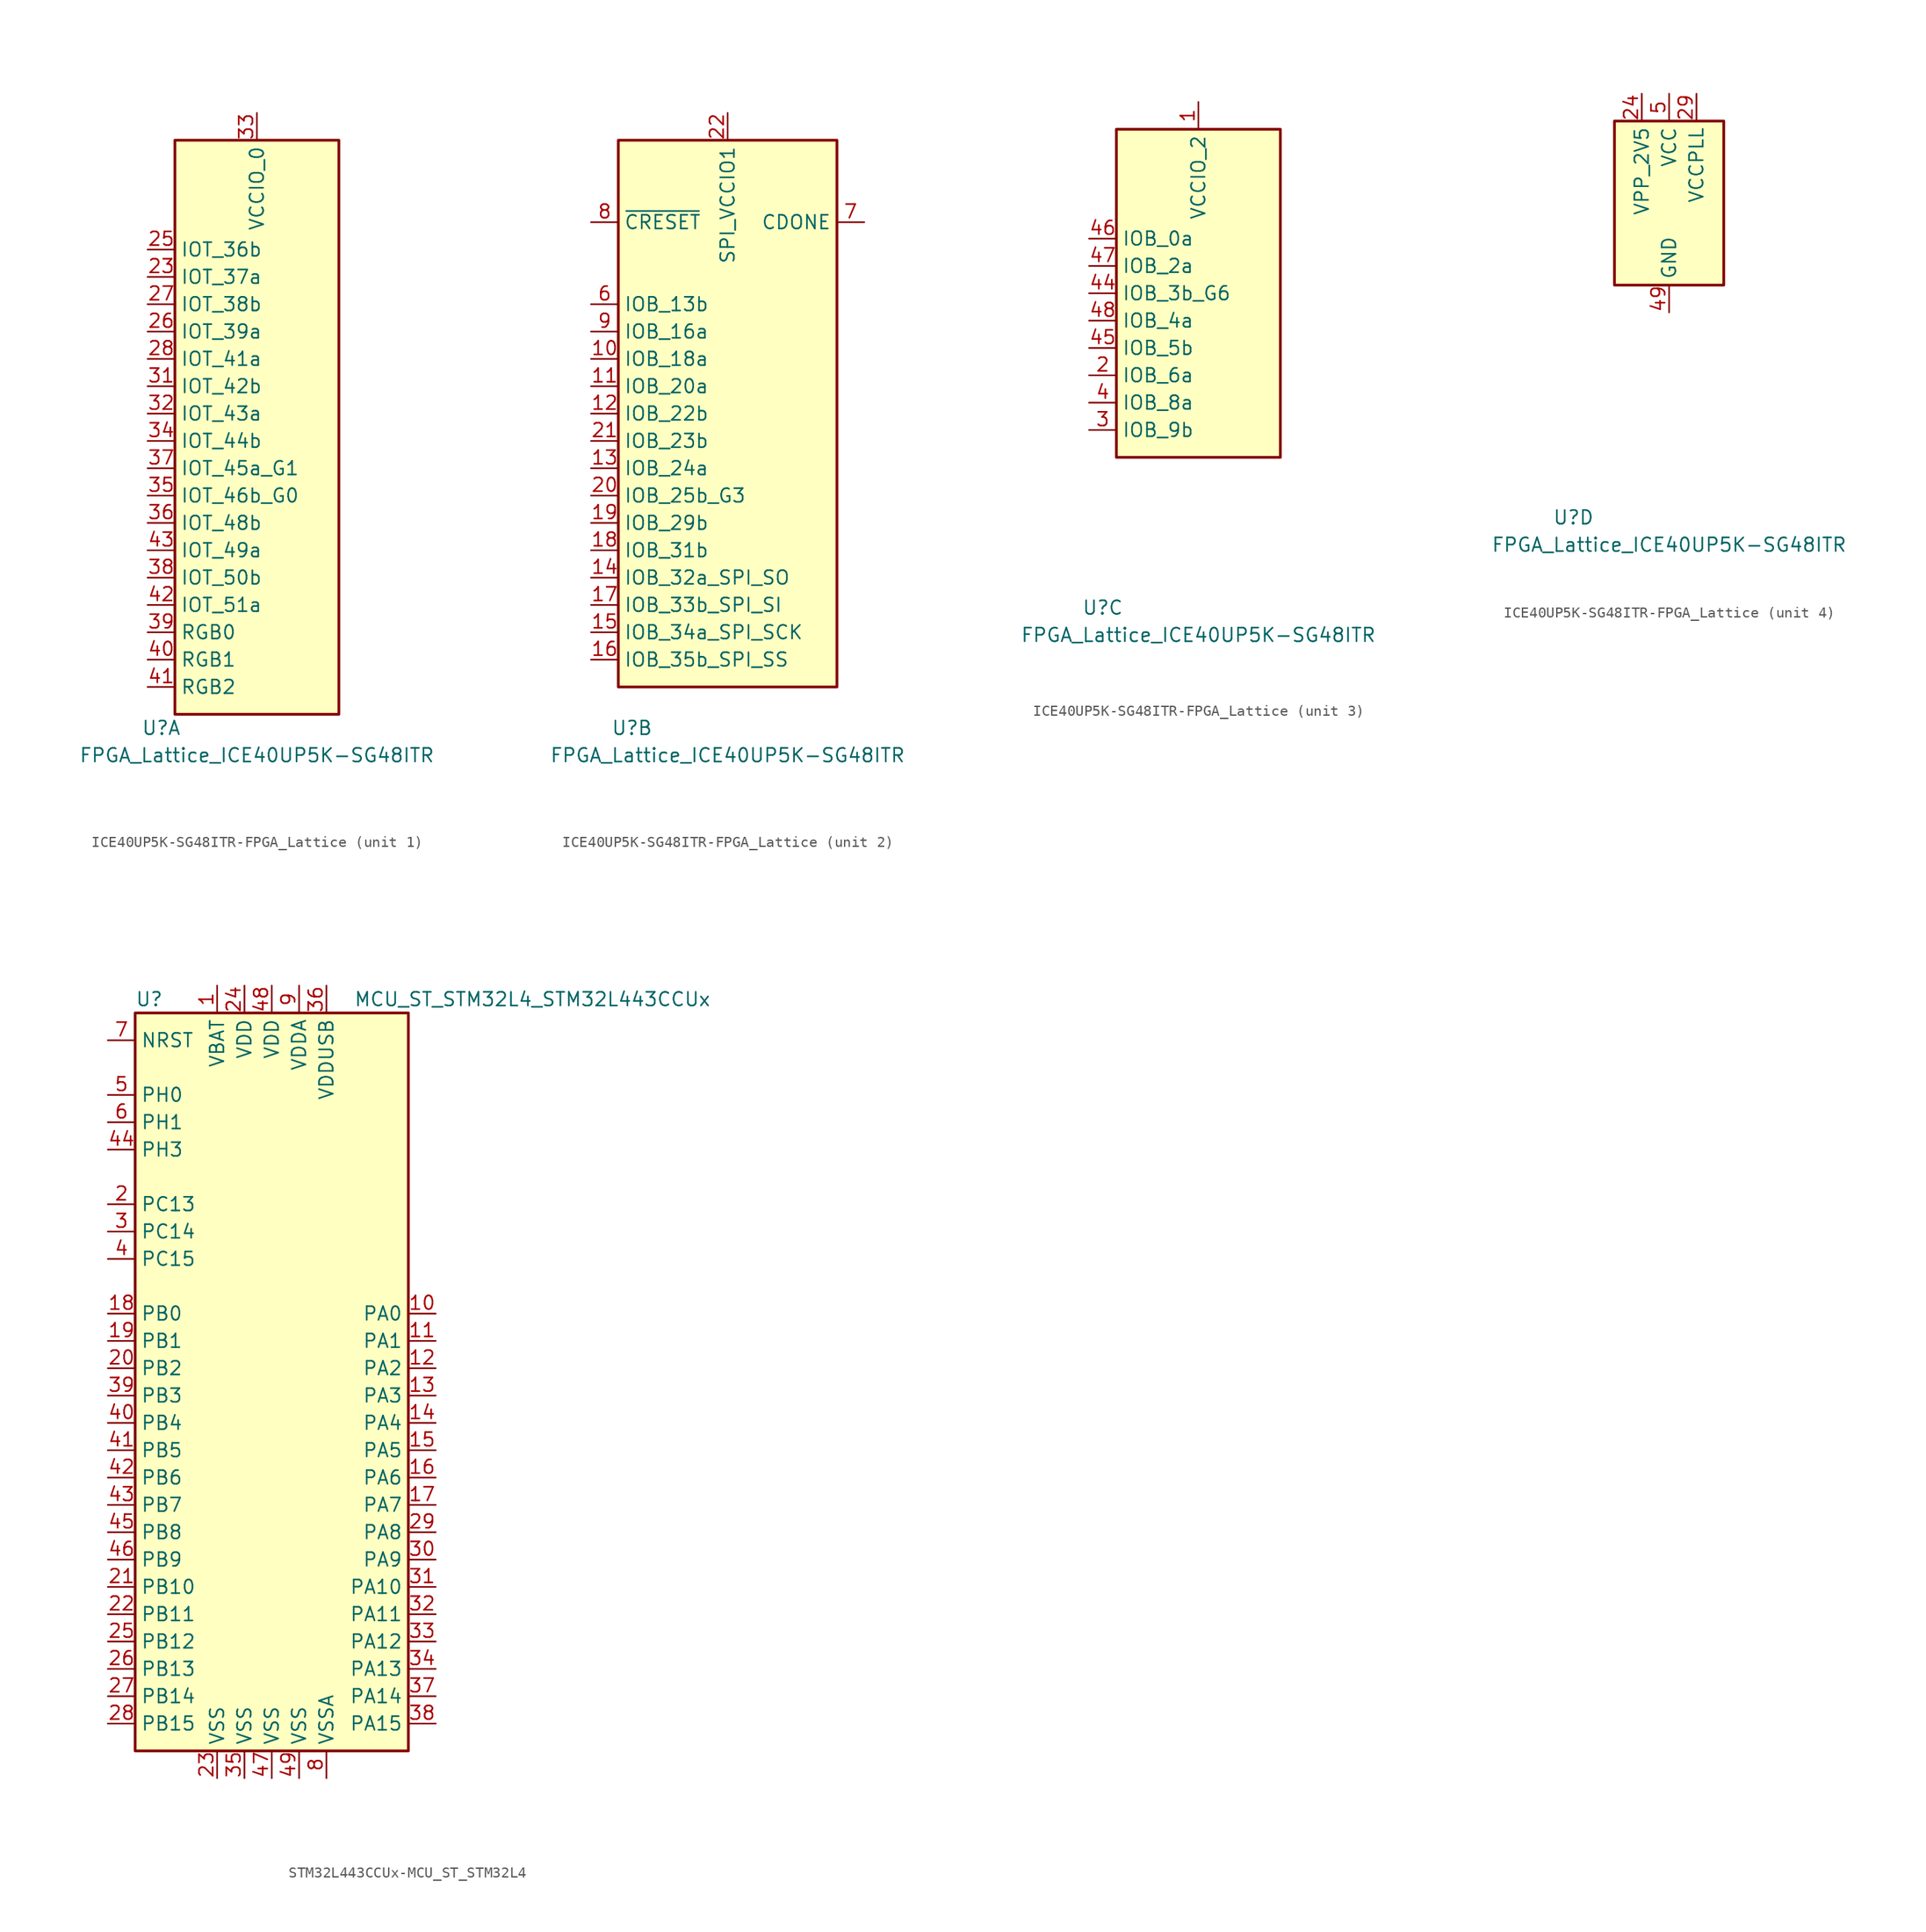
<source format=kicad_sym>
(kicad_symbol_lib
  (version 20220914)
  (generator kicad_symbol_editor)
  (symbol "ICE40UP5K-SG48ITR-FPGA_Lattice"
    (property "Reference" "U"
      (at -8.89 -29.21 0)
      (effects (font (size 1.27 1.27))))
    (property "Value" "FPGA_Lattice_ICE40UP5K-SG48ITR"
      (at 0 -31.75 0)
      (effects (font (size 1.27 1.27))))
    (property "ki_locked" ""
      (at 0 0 0)
      (effects (font (size 1.27 1.27))))
    (symbol "ICE40UP5K-SG48ITR-FPGA_Lattice_1_1"
      (rectangle (start -7.62 25.4) (end 7.62 -27.94) (stroke (width 0.254) (type solid)) (fill (type background)))
      (pin bidirectional line (at -10.16 12.7 0) (length 2.54) (name "IOT_37a" (effects (font (size 1.27 1.27)))) (number "23" (effects (font (size 1.27 1.27)))))
      (pin bidirectional line (at -10.16 15.24 0) (length 2.54) (name "IOT_36b" (effects (font (size 1.27 1.27)))) (number "25" (effects (font (size 1.27 1.27)))))
      (pin bidirectional line (at -10.16 7.62 0) (length 2.54) (name "IOT_39a" (effects (font (size 1.27 1.27)))) (number "26" (effects (font (size 1.27 1.27)))))
      (pin bidirectional line (at -10.16 10.16 0) (length 2.54) (name "IOT_38b" (effects (font (size 1.27 1.27)))) (number "27" (effects (font (size 1.27 1.27)))))
      (pin bidirectional line (at -10.16 5.08 0) (length 2.54) (name "IOT_41a" (effects (font (size 1.27 1.27)))) (number "28" (effects (font (size 1.27 1.27)))))
      (pin bidirectional line (at -10.16 2.54 0) (length 2.54) (name "IOT_42b" (effects (font (size 1.27 1.27)))) (number "31" (effects (font (size 1.27 1.27)))))
      (pin bidirectional line (at -10.16 0 0) (length 2.54) (name "IOT_43a" (effects (font (size 1.27 1.27)))) (number "32" (effects (font (size 1.27 1.27)))))
      (pin power_in line (at 0 27.94 270) (length 2.54) (name "VCCIO_0" (effects (font (size 1.27 1.27)))) (number "33" (effects (font (size 1.27 1.27)))))
      (pin bidirectional line (at -10.16 -2.54 0) (length 2.54) (name "IOT_44b" (effects (font (size 1.27 1.27)))) (number "34" (effects (font (size 1.27 1.27)))))
      (pin bidirectional line (at -10.16 -7.62 0) (length 2.54) (name "IOT_46b_G0" (effects (font (size 1.27 1.27)))) (number "35" (effects (font (size 1.27 1.27)))))
      (pin bidirectional line (at -10.16 -10.16 0) (length 2.54) (name "IOT_48b" (effects (font (size 1.27 1.27)))) (number "36" (effects (font (size 1.27 1.27)))))
      (pin bidirectional line (at -10.16 -5.08 0) (length 2.54) (name "IOT_45a_G1" (effects (font (size 1.27 1.27)))) (number "37" (effects (font (size 1.27 1.27)))))
      (pin bidirectional line (at -10.16 -15.24 0) (length 2.54) (name "IOT_50b" (effects (font (size 1.27 1.27)))) (number "38" (effects (font (size 1.27 1.27)))))
      (pin open_collector line (at -10.16 -20.32 0) (length 2.54) (name "RGB0" (effects (font (size 1.27 1.27)))) (number "39" (effects (font (size 1.27 1.27)))))
      (pin open_collector line (at -10.16 -22.86 0) (length 2.54) (name "RGB1" (effects (font (size 1.27 1.27)))) (number "40" (effects (font (size 1.27 1.27)))))
      (pin open_collector line (at -10.16 -25.4 0) (length 2.54) (name "RGB2" (effects (font (size 1.27 1.27)))) (number "41" (effects (font (size 1.27 1.27)))))
      (pin bidirectional line (at -10.16 -17.78 0) (length 2.54) (name "IOT_51a" (effects (font (size 1.27 1.27)))) (number "42" (effects (font (size 1.27 1.27)))))
      (pin bidirectional line (at -10.16 -12.7 0) (length 2.54) (name "IOT_49a" (effects (font (size 1.27 1.27)))) (number "43" (effects (font (size 1.27 1.27))))))
    (symbol "ICE40UP5K-SG48ITR-FPGA_Lattice_2_1"
      (rectangle (start -10.16 25.4) (end 10.16 -25.4) (stroke (width 0.254) (type solid)) (fill (type background)))
      (pin bidirectional line (at -12.7 5.08 0) (length 2.54) (name "IOB_18a" (effects (font (size 1.27 1.27)))) (number "10" (effects (font (size 1.27 1.27)))))
      (pin bidirectional line (at -12.7 2.54 0) (length 2.54) (name "IOB_20a" (effects (font (size 1.27 1.27)))) (number "11" (effects (font (size 1.27 1.27)))))
      (pin bidirectional line (at -12.7 0 0) (length 2.54) (name "IOB_22b" (effects (font (size 1.27 1.27)))) (number "12" (effects (font (size 1.27 1.27)))))
      (pin bidirectional line (at -12.7 -5.08 0) (length 2.54) (name "IOB_24a" (effects (font (size 1.27 1.27)))) (number "13" (effects (font (size 1.27 1.27)))))
      (pin bidirectional line (at -12.7 -15.24 0) (length 2.54) (name "IOB_32a_SPI_SO" (effects (font (size 1.27 1.27)))) (number "14" (effects (font (size 1.27 1.27)))))
      (pin bidirectional line (at -12.7 -20.32 0) (length 2.54) (name "IOB_34a_SPI_SCK" (effects (font (size 1.27 1.27)))) (number "15" (effects (font (size 1.27 1.27)))))
      (pin bidirectional line (at -12.7 -22.86 0) (length 2.54) (name "IOB_35b_SPI_SS" (effects (font (size 1.27 1.27)))) (number "16" (effects (font (size 1.27 1.27)))))
      (pin bidirectional line (at -12.7 -17.78 0) (length 2.54) (name "IOB_33b_SPI_SI" (effects (font (size 1.27 1.27)))) (number "17" (effects (font (size 1.27 1.27)))))
      (pin bidirectional line (at -12.7 -12.7 0) (length 2.54) (name "IOB_31b" (effects (font (size 1.27 1.27)))) (number "18" (effects (font (size 1.27 1.27)))))
      (pin bidirectional line (at -12.7 -10.16 0) (length 2.54) (name "IOB_29b" (effects (font (size 1.27 1.27)))) (number "19" (effects (font (size 1.27 1.27)))))
      (pin bidirectional line (at -12.7 -7.62 0) (length 2.54) (name "IOB_25b_G3" (effects (font (size 1.27 1.27)))) (number "20" (effects (font (size 1.27 1.27)))))
      (pin bidirectional line (at -12.7 -2.54 0) (length 2.54) (name "IOB_23b" (effects (font (size 1.27 1.27)))) (number "21" (effects (font (size 1.27 1.27)))))
      (pin power_in line (at 0 27.94 270) (length 2.54) (name "SPI_VCCIO1" (effects (font (size 1.27 1.27)))) (number "22" (effects (font (size 1.27 1.27)))))
      (pin bidirectional line (at -12.7 10.16 0) (length 2.54) (name "IOB_13b" (effects (font (size 1.27 1.27)))) (number "6" (effects (font (size 1.27 1.27)))))
      (pin open_collector line (at 12.7 17.78 180) (length 2.54) (name "CDONE" (effects (font (size 1.27 1.27)))) (number "7" (effects (font (size 1.27 1.27)))))
      (pin input line (at -12.7 17.78 0) (length 2.54) (name "~{CRESET}" (effects (font (size 1.27 1.27)))) (number "8" (effects (font (size 1.27 1.27)))))
      (pin bidirectional line (at -12.7 7.62 0) (length 2.54) (name "IOB_16a" (effects (font (size 1.27 1.27)))) (number "9" (effects (font (size 1.27 1.27))))))
    (symbol "ICE40UP5K-SG48ITR-FPGA_Lattice_3_1"
      (rectangle (start -7.62 15.24) (end 7.62 -15.24) (stroke (width 0.254) (type solid)) (fill (type background)))
      (pin power_in line (at 0 17.78 270) (length 2.54) (name "VCCIO_2" (effects (font (size 1.27 1.27)))) (number "1" (effects (font (size 1.27 1.27)))))
      (pin bidirectional line (at -10.16 -7.62 0) (length 2.54) (name "IOB_6a" (effects (font (size 1.27 1.27)))) (number "2" (effects (font (size 1.27 1.27)))))
      (pin bidirectional line (at -10.16 -12.7 0) (length 2.54) (name "IOB_9b" (effects (font (size 1.27 1.27)))) (number "3" (effects (font (size 1.27 1.27)))))
      (pin bidirectional line (at -10.16 -10.16 0) (length 2.54) (name "IOB_8a" (effects (font (size 1.27 1.27)))) (number "4" (effects (font (size 1.27 1.27)))))
      (pin bidirectional line (at -10.16 0 0) (length 2.54) (name "IOB_3b_G6" (effects (font (size 1.27 1.27)))) (number "44" (effects (font (size 1.27 1.27)))))
      (pin bidirectional line (at -10.16 -5.08 0) (length 2.54) (name "IOB_5b" (effects (font (size 1.27 1.27)))) (number "45" (effects (font (size 1.27 1.27)))))
      (pin bidirectional line (at -10.16 5.08 0) (length 2.54) (name "IOB_0a" (effects (font (size 1.27 1.27)))) (number "46" (effects (font (size 1.27 1.27)))))
      (pin bidirectional line (at -10.16 2.54 0) (length 2.54) (name "IOB_2a" (effects (font (size 1.27 1.27)))) (number "47" (effects (font (size 1.27 1.27)))))
      (pin bidirectional line (at -10.16 -2.54 0) (length 2.54) (name "IOB_4a" (effects (font (size 1.27 1.27)))) (number "48" (effects (font (size 1.27 1.27))))))
    (symbol "ICE40UP5K-SG48ITR-FPGA_Lattice_4_1"
      (rectangle (start -5.08 7.62) (end 5.08 -7.62) (stroke (width 0.254) (type solid)) (fill (type background)))
      (pin power_in line (at -2.54 10.16 270) (length 2.54) (name "VPP_2V5" (effects (font (size 1.27 1.27)))) (number "24" (effects (font (size 1.27 1.27)))))
      (pin power_out line (at 2.54 10.16 270) (length 2.54) (name "VCCPLL" (effects (font (size 1.27 1.27)))) (number "29" (effects (font (size 1.27 1.27)))))
      (pin passive line (at 0 10.16 270) (length 2.54) hide (name "VCC" (effects (font (size 1.27 1.27)))) (number "30" (effects (font (size 1.27 1.27)))))
      (pin power_in line (at 0 -10.16 90) (length 2.54) (name "GND" (effects (font (size 1.27 1.27)))) (number "49" (effects (font (size 1.27 1.27)))))
      (pin power_in line (at 0 10.16 270) (length 2.54) (name "VCC" (effects (font (size 1.27 1.27)))) (number "5" (effects (font (size 1.27 1.27)))))))
  (symbol "STM32L443CCUx-MCU_ST_STM32L4"
    (property "Reference" "U"
      (at -12.7 34.29 0)
      (effects (font (size 1.27 1.27)) (justify left)))
    (property "Value" "MCU_ST_STM32L4_STM32L443CCUx"
      (at 7.62 34.29 0)
      (effects (font (size 1.27 1.27)) (justify left)))
    (symbol "STM32L443CCUx-MCU_ST_STM32L4_0_1"
      (rectangle (start -12.7 -35.56) (end 12.7 33.02) (stroke (width 0.254) (type solid)) (fill (type background))))
    (symbol "STM32L443CCUx-MCU_ST_STM32L4_1_1"
      (pin power_in line (at -5.08 35.56 270) (length 2.54) (name "VBAT" (effects (font (size 1.27 1.27)))) (number "1" (effects (font (size 1.27 1.27)))))
      (pin bidirectional line (at 15.24 5.08 180) (length 2.54) (name "PA0" (effects (font (size 1.27 1.27)))) (number "10" (effects (font (size 1.27 1.27)))))
      (pin bidirectional line (at 15.24 2.54 180) (length 2.54) (name "PA1" (effects (font (size 1.27 1.27)))) (number "11" (effects (font (size 1.27 1.27)))))
      (pin bidirectional line (at 15.24 0 180) (length 2.54) (name "PA2" (effects (font (size 1.27 1.27)))) (number "12" (effects (font (size 1.27 1.27)))))
      (pin bidirectional line (at 15.24 -2.54 180) (length 2.54) (name "PA3" (effects (font (size 1.27 1.27)))) (number "13" (effects (font (size 1.27 1.27)))))
      (pin bidirectional line (at 15.24 -5.08 180) (length 2.54) (name "PA4" (effects (font (size 1.27 1.27)))) (number "14" (effects (font (size 1.27 1.27)))))
      (pin bidirectional line (at 15.24 -7.62 180) (length 2.54) (name "PA5" (effects (font (size 1.27 1.27)))) (number "15" (effects (font (size 1.27 1.27)))))
      (pin bidirectional line (at 15.24 -10.16 180) (length 2.54) (name "PA6" (effects (font (size 1.27 1.27)))) (number "16" (effects (font (size 1.27 1.27)))))
      (pin bidirectional line (at 15.24 -12.7 180) (length 2.54) (name "PA7" (effects (font (size 1.27 1.27)))) (number "17" (effects (font (size 1.27 1.27)))))
      (pin bidirectional line (at -15.24 5.08 0) (length 2.54) (name "PB0" (effects (font (size 1.27 1.27)))) (number "18" (effects (font (size 1.27 1.27)))))
      (pin bidirectional line (at -15.24 2.54 0) (length 2.54) (name "PB1" (effects (font (size 1.27 1.27)))) (number "19" (effects (font (size 1.27 1.27)))))
      (pin bidirectional line (at -15.24 15.24 0) (length 2.54) (name "PC13" (effects (font (size 1.27 1.27)))) (number "2" (effects (font (size 1.27 1.27)))))
      (pin bidirectional line (at -15.24 0 0) (length 2.54) (name "PB2" (effects (font (size 1.27 1.27)))) (number "20" (effects (font (size 1.27 1.27)))))
      (pin bidirectional line (at -15.24 -20.32 0) (length 2.54) (name "PB10" (effects (font (size 1.27 1.27)))) (number "21" (effects (font (size 1.27 1.27)))))
      (pin bidirectional line (at -15.24 -22.86 0) (length 2.54) (name "PB11" (effects (font (size 1.27 1.27)))) (number "22" (effects (font (size 1.27 1.27)))))
      (pin power_in line (at -5.08 -38.1 90) (length 2.54) (name "VSS" (effects (font (size 1.27 1.27)))) (number "23" (effects (font (size 1.27 1.27)))))
      (pin power_in line (at -2.54 35.56 270) (length 2.54) (name "VDD" (effects (font (size 1.27 1.27)))) (number "24" (effects (font (size 1.27 1.27)))))
      (pin bidirectional line (at -15.24 -25.4 0) (length 2.54) (name "PB12" (effects (font (size 1.27 1.27)))) (number "25" (effects (font (size 1.27 1.27)))))
      (pin bidirectional line (at -15.24 -27.94 0) (length 2.54) (name "PB13" (effects (font (size 1.27 1.27)))) (number "26" (effects (font (size 1.27 1.27)))))
      (pin bidirectional line (at -15.24 -30.48 0) (length 2.54) (name "PB14" (effects (font (size 1.27 1.27)))) (number "27" (effects (font (size 1.27 1.27)))))
      (pin bidirectional line (at -15.24 -33.02 0) (length 2.54) (name "PB15" (effects (font (size 1.27 1.27)))) (number "28" (effects (font (size 1.27 1.27)))))
      (pin bidirectional line (at 15.24 -15.24 180) (length 2.54) (name "PA8" (effects (font (size 1.27 1.27)))) (number "29" (effects (font (size 1.27 1.27)))))
      (pin bidirectional line (at -15.24 12.7 0) (length 2.54) (name "PC14" (effects (font (size 1.27 1.27)))) (number "3" (effects (font (size 1.27 1.27)))))
      (pin bidirectional line (at 15.24 -17.78 180) (length 2.54) (name "PA9" (effects (font (size 1.27 1.27)))) (number "30" (effects (font (size 1.27 1.27)))))
      (pin bidirectional line (at 15.24 -20.32 180) (length 2.54) (name "PA10" (effects (font (size 1.27 1.27)))) (number "31" (effects (font (size 1.27 1.27)))))
      (pin bidirectional line (at 15.24 -22.86 180) (length 2.54) (name "PA11" (effects (font (size 1.27 1.27)))) (number "32" (effects (font (size 1.27 1.27)))))
      (pin bidirectional line (at 15.24 -25.4 180) (length 2.54) (name "PA12" (effects (font (size 1.27 1.27)))) (number "33" (effects (font (size 1.27 1.27)))))
      (pin bidirectional line (at 15.24 -27.94 180) (length 2.54) (name "PA13" (effects (font (size 1.27 1.27)))) (number "34" (effects (font (size 1.27 1.27)))))
      (pin power_in line (at -2.54 -38.1 90) (length 2.54) (name "VSS" (effects (font (size 1.27 1.27)))) (number "35" (effects (font (size 1.27 1.27)))))
      (pin power_in line (at 5.08 35.56 270) (length 2.54) (name "VDDUSB" (effects (font (size 1.27 1.27)))) (number "36" (effects (font (size 1.27 1.27)))))
      (pin bidirectional line (at 15.24 -30.48 180) (length 2.54) (name "PA14" (effects (font (size 1.27 1.27)))) (number "37" (effects (font (size 1.27 1.27)))))
      (pin bidirectional line (at 15.24 -33.02 180) (length 2.54) (name "PA15" (effects (font (size 1.27 1.27)))) (number "38" (effects (font (size 1.27 1.27)))))
      (pin bidirectional line (at -15.24 -2.54 0) (length 2.54) (name "PB3" (effects (font (size 1.27 1.27)))) (number "39" (effects (font (size 1.27 1.27)))))
      (pin bidirectional line (at -15.24 10.16 0) (length 2.54) (name "PC15" (effects (font (size 1.27 1.27)))) (number "4" (effects (font (size 1.27 1.27)))))
      (pin bidirectional line (at -15.24 -5.08 0) (length 2.54) (name "PB4" (effects (font (size 1.27 1.27)))) (number "40" (effects (font (size 1.27 1.27)))))
      (pin bidirectional line (at -15.24 -7.62 0) (length 2.54) (name "PB5" (effects (font (size 1.27 1.27)))) (number "41" (effects (font (size 1.27 1.27)))))
      (pin bidirectional line (at -15.24 -10.16 0) (length 2.54) (name "PB6" (effects (font (size 1.27 1.27)))) (number "42" (effects (font (size 1.27 1.27)))))
      (pin bidirectional line (at -15.24 -12.7 0) (length 2.54) (name "PB7" (effects (font (size 1.27 1.27)))) (number "43" (effects (font (size 1.27 1.27)))))
      (pin bidirectional line (at -15.24 20.32 0) (length 2.54) (name "PH3" (effects (font (size 1.27 1.27)))) (number "44" (effects (font (size 1.27 1.27)))))
      (pin bidirectional line (at -15.24 -15.24 0) (length 2.54) (name "PB8" (effects (font (size 1.27 1.27)))) (number "45" (effects (font (size 1.27 1.27)))))
      (pin bidirectional line (at -15.24 -17.78 0) (length 2.54) (name "PB9" (effects (font (size 1.27 1.27)))) (number "46" (effects (font (size 1.27 1.27)))))
      (pin power_in line (at 0 -38.1 90) (length 2.54) (name "VSS" (effects (font (size 1.27 1.27)))) (number "47" (effects (font (size 1.27 1.27)))))
      (pin power_in line (at 0 35.56 270) (length 2.54) (name "VDD" (effects (font (size 1.27 1.27)))) (number "48" (effects (font (size 1.27 1.27)))))
      (pin power_in line (at 2.54 -38.1 90) (length 2.54) (name "VSS" (effects (font (size 1.27 1.27)))) (number "49" (effects (font (size 1.27 1.27)))))
      (pin input line (at -15.24 25.4 0) (length 2.54) (name "PH0" (effects (font (size 1.27 1.27)))) (number "5" (effects (font (size 1.27 1.27)))))
      (pin input line (at -15.24 22.86 0) (length 2.54) (name "PH1" (effects (font (size 1.27 1.27)))) (number "6" (effects (font (size 1.27 1.27)))))
      (pin input line (at -15.24 30.48 0) (length 2.54) (name "NRST" (effects (font (size 1.27 1.27)))) (number "7" (effects (font (size 1.27 1.27)))))
      (pin power_in line (at 5.08 -38.1 90) (length 2.54) (name "VSSA" (effects (font (size 1.27 1.27)))) (number "8" (effects (font (size 1.27 1.27)))))
      (pin power_in line (at 2.54 35.56 270) (length 2.54) (name "VDDA" (effects (font (size 1.27 1.27)))) (number "9" (effects (font (size 1.27 1.27))))))))
</source>
